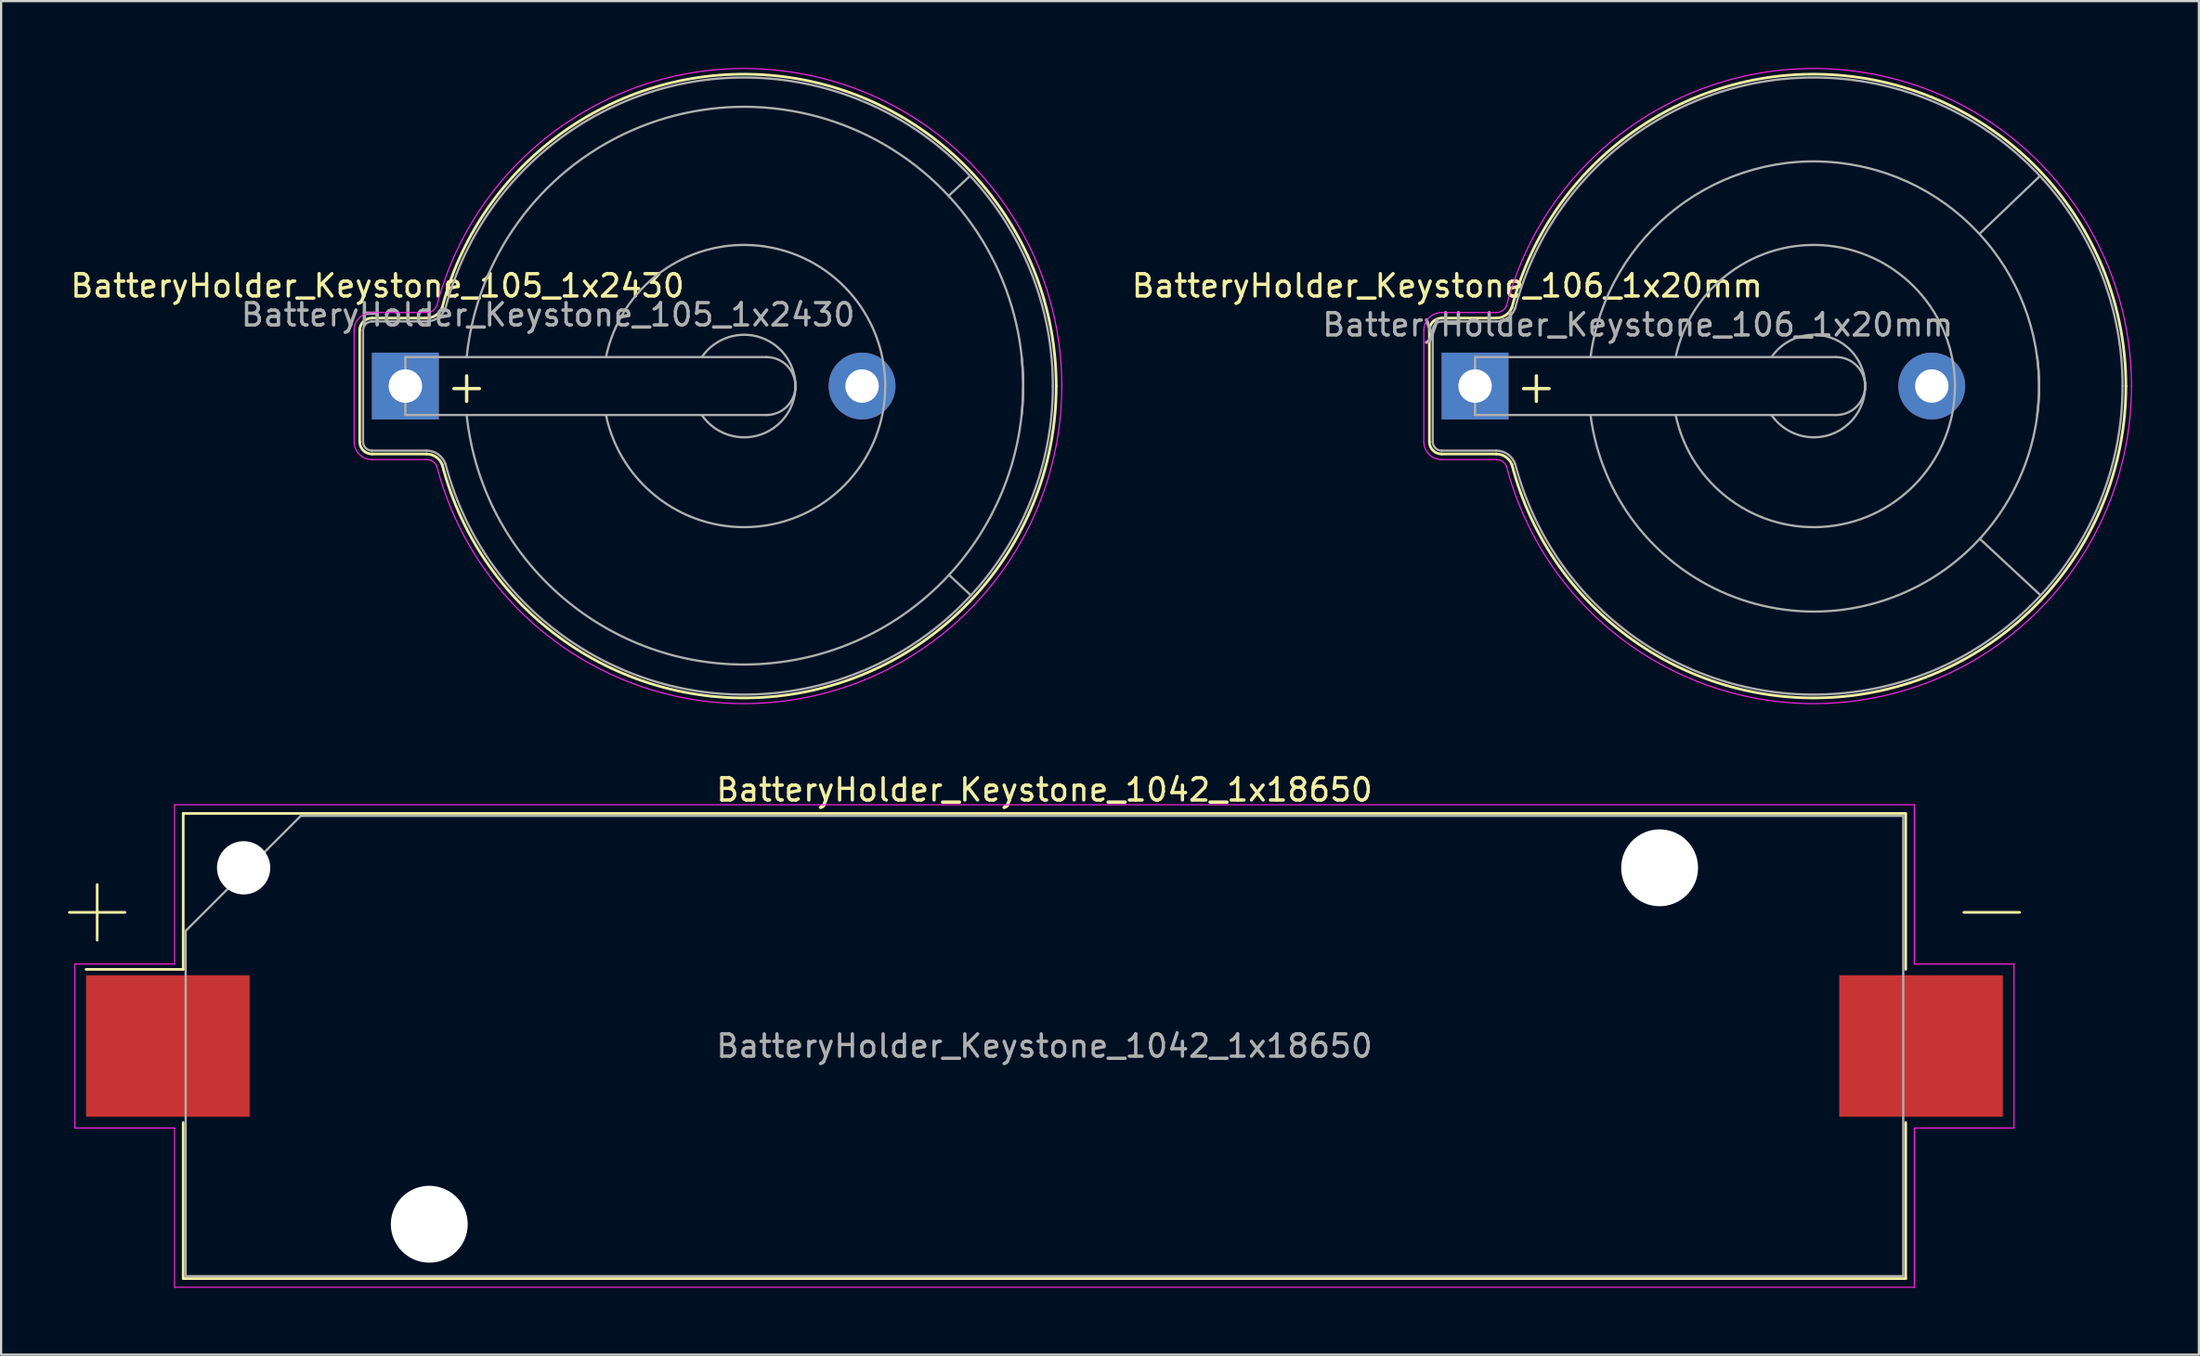
<source format=kicad_pcb>
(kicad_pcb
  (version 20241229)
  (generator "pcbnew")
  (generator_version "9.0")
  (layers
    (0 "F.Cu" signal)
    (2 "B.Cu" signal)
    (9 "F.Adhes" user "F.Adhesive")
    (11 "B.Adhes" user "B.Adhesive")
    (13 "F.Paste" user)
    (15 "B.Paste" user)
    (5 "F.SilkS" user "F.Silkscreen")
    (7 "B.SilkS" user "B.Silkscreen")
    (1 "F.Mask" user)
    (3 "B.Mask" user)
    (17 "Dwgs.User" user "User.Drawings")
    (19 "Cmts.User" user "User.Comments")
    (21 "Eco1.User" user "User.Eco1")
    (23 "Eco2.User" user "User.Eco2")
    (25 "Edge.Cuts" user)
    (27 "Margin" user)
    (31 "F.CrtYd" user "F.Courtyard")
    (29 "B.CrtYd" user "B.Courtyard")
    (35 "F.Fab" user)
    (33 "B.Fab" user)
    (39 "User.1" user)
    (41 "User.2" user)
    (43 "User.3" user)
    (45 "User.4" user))
  (footprint "BatteryHolder_Keystone_105_1x2430"
    (layer "F.Cu")
    (at 15.137 14.28)
    (property "Reference" "BatteryHolder_Keystone_105_1x2430" (at -1.25 -4.5 0) (layer "F.SilkS") (effects (font (size 1 1) (thickness 0.15))))
    (attr through_hole)
    (fp_line (start -2.05 -2.5) (end -2.05 2.5) (stroke (width 0.12) (type solid)) (layer "F.SilkS"))
    (fp_line (start -1.5 3.05) (end 0.95 3.05) (stroke (width 0.12) (type solid)) (layer "F.SilkS"))
    (fp_line (start 0.95 -3.05) (end -1.5 -3.05) (stroke (width 0.12) (type solid)) (layer "F.SilkS"))
    (fp_arc (start -2.05 -2.5) (mid -1.888909 -2.888909) (end -1.5 -3.05) (stroke (width 0.12) (type solid)) (layer "F.SilkS"))
    (fp_arc (start -1.5 3.05) (mid -1.888909 2.888909) (end -2.05 2.5) (stroke (width 0.12) (type solid)) (layer "F.SilkS"))
    (fp_arc (start 0.95 3.05) (mid 1.371574 3.1784) (end 1.65 3.52) (stroke (width 0.12) (type solid)) (layer "F.SilkS"))
    (fp_arc (start 1.65 -3.52) (mid 1.371575 -3.1784) (end 0.95 -3.05) (stroke (width 0.12) (type solid)) (layer "F.SilkS"))
    (fp_arc (start 1.65 -3.52) (mid 16.974433 -13.886953) (end 29.2 0) (stroke (width 0.12) (type solid)) (layer "F.SilkS"))
    (fp_arc (start 29.2 0) (mid 16.974433 13.886952) (end 1.65 3.52) (stroke (width 0.12) (type solid)) (layer "F.SilkS"))
    (fp_line (start -2.3 -2.5) (end -2.3 2.5) (stroke (width 0.05) (type solid)) (layer "F.CrtYd"))
    (fp_line (start -1.5 3.3) (end 0.95 3.3) (stroke (width 0.05) (type solid)) (layer "F.CrtYd"))
    (fp_line (start 0.95 -3.3) (end -1.5 -3.3) (stroke (width 0.05) (type solid)) (layer "F.CrtYd"))
    (fp_arc (start -2.3 -2.5) (mid -2.065685 -3.065685) (end -1.5 -3.3) (stroke (width 0.05) (type solid)) (layer "F.CrtYd"))
    (fp_arc (start -1.5 3.3) (mid -2.065685 3.065685) (end -2.3 2.5) (stroke (width 0.05) (type solid)) (layer "F.CrtYd"))
    (fp_arc (start 0.95 3.3) (mid 1.22459 3.381628) (end 1.41 3.6) (stroke (width 0.05) (type solid)) (layer "F.CrtYd"))
    (fp_arc (start 1.41 -3.6) (mid 1.224591 -3.381627) (end 0.95 -3.3) (stroke (width 0.05) (type solid)) (layer "F.CrtYd"))
    (fp_arc (start 1.41 -3.6) (mid 17.014123 -14.138563) (end 29.45 0) (stroke (width 0.05) (type solid)) (layer "F.CrtYd"))
    (fp_arc (start 29.45 0) (mid 17.014124 14.138563) (end 1.41 3.6) (stroke (width 0.05) (type solid)) (layer "F.CrtYd"))
    (fp_line (start -1.9 -2.5) (end -1.9 2.5) (stroke (width 0.1) (type solid)) (layer "F.Fab"))
    (fp_line (start -1.5 2.9) (end 0.95 2.9) (stroke (width 0.1) (type solid)) (layer "F.Fab"))
    (fp_line (start 0 -1.3) (end 0 1.3) (stroke (width 0.1) (type solid)) (layer "F.Fab"))
    (fp_line (start 0 1.3) (end 16.2 1.3) (stroke (width 0.1) (type solid)) (layer "F.Fab"))
    (fp_line (start 0.95 -2.9) (end -1.5 -2.9) (stroke (width 0.1) (type solid)) (layer "F.Fab"))
    (fp_line (start 16.2 -1.3) (end 0 -1.3) (stroke (width 0.1) (type solid)) (layer "F.Fab"))
    (fp_line (start 24.384 -8.547) (end 25.299 -9.399) (stroke (width 0.1) (type solid)) (layer "F.Fab"))
    (fp_line (start 24.409 8.496) (end 25.375 9.398) (stroke (width 0.1) (type solid)) (layer "F.Fab"))
    (fp_arc (start -1.9 -2.5) (mid -1.782843 -2.782843) (end -1.5 -2.9) (stroke (width 0.1) (type solid)) (layer "F.Fab"))
    (fp_arc (start -1.5 2.9) (mid -1.782843 2.782843) (end -1.9 2.5) (stroke (width 0.1) (type solid)) (layer "F.Fab"))
    (fp_arc (start 0.95 2.9) (mid 1.470216 3.06511) (end 1.8 3.5) (stroke (width 0.1) (type solid)) (layer "F.Fab"))
    (fp_arc (start 1.8 -3.5) (mid 1.470217 -3.06511) (end 0.95 -2.9) (stroke (width 0.1) (type solid)) (layer "F.Fab"))
    (fp_arc (start 1.8 -3.5) (mid 16.964356 -13.736686) (end 29.049508 0) (stroke (width 0.1) (type solid)) (layer "F.Fab"))
    (fp_arc (start 2.75 -1.3) (mid 16.5 -12.45) (end 27.65 1.3) (stroke (width 0.1) (type solid)) (layer "F.Fab"))
    (fp_arc (start 9 -1.3) (mid 15.851289 -6.300938) (end 21.53 0) (stroke (width 0.1) (type solid)) (layer "F.Fab"))
    (fp_arc (start 13.3 -1.3) (mid 15.963947 -2.171724) (end 17.495448 0.175833) (stroke (width 0.1) (type solid)) (layer "F.Fab"))
    (fp_arc (start 16.2 -1.3) (mid 17.5 0) (end 16.2 1.3) (stroke (width 0.1) (type solid)) (layer "F.Fab"))
    (fp_arc (start 17.495448 -0.175833) (mid 15.963947 2.171724) (end 13.3 1.3) (stroke (width 0.1) (type solid)) (layer "F.Fab"))
    (fp_arc (start 21.53 0) (mid 15.851292 6.300937) (end 9 1.3) (stroke (width 0.1) (type solid)) (layer "F.Fab"))
    (fp_arc (start 27.65 -1.3) (mid 16.5 12.45) (end 2.75 1.3) (stroke (width 0.1) (type solid)) (layer "F.Fab"))
    (fp_arc (start 29.049508 0) (mid 16.964356 13.736685) (end 1.8 3.5) (stroke (width 0.1) (type solid)) (layer "F.Fab"))
    (fp_text user "+" (at 2.75 0 0) (layer "F.SilkS") (effects (font (size 1.5 1.5) (thickness 0.15))))
    (fp_text user "${REFERENCE}" (at 6.4 -3.2 0) (layer "F.Fab") (effects (font (size 1 1) (thickness 0.15))))
    (pad "1" thru_hole rect (at 0 0) (size 3 3) (drill 1.5) (layers "*.Cu" "*.Mask"))
    (pad "2" thru_hole circle (at 20.49 0) (size 3 3) (drill 1.5) (layers "*.Cu" "*.Mask")))
  (footprint "BatteryHolder_Keystone_106_1x20mm"
    (layer "F.Cu")
    (at 63.13 14.28)
    (property "Reference" "BatteryHolder_Keystone_106_1x20mm" (at -1.25 -4.5 0) (layer "F.SilkS") (effects (font (size 1 1) (thickness 0.15))))
    (attr through_hole)
    (fp_line (start -2.05 -2.5) (end -2.05 2.5) (stroke (width 0.12) (type solid)) (layer "F.SilkS"))
    (fp_line (start -1.5 3.05) (end 0.95 3.05) (stroke (width 0.12) (type solid)) (layer "F.SilkS"))
    (fp_line (start 0.95 -3.05) (end -1.5 -3.05) (stroke (width 0.12) (type solid)) (layer "F.SilkS"))
    (fp_arc (start -2.05 -2.5) (mid -1.888909 -2.888909) (end -1.5 -3.05) (stroke (width 0.12) (type solid)) (layer "F.SilkS"))
    (fp_arc (start -1.5 3.05) (mid -1.888909 2.888909) (end -2.05 2.5) (stroke (width 0.12) (type solid)) (layer "F.SilkS"))
    (fp_arc (start 0.95 3.05) (mid 1.371574 3.1784) (end 1.65 3.52) (stroke (width 0.12) (type solid)) (layer "F.SilkS"))
    (fp_arc (start 1.65 -3.52) (mid 1.371575 -3.1784) (end 0.95 -3.05) (stroke (width 0.12) (type solid)) (layer "F.SilkS"))
    (fp_arc (start 1.65 -3.52) (mid 16.974433 -13.886953) (end 29.2 0) (stroke (width 0.12) (type solid)) (layer "F.SilkS"))
    (fp_arc (start 29.2 0) (mid 16.974433 13.886954) (end 1.65 3.52) (stroke (width 0.12) (type solid)) (layer "F.SilkS"))
    (fp_line (start -2.3 -2.5) (end -2.3 2.5) (stroke (width 0.05) (type solid)) (layer "F.CrtYd"))
    (fp_line (start -1.5 3.3) (end 0.95 3.3) (stroke (width 0.05) (type solid)) (layer "F.CrtYd"))
    (fp_line (start 0.95 -3.3) (end -1.5 -3.3) (stroke (width 0.05) (type solid)) (layer "F.CrtYd"))
    (fp_arc (start -2.3 -2.5) (mid -2.065685 -3.065685) (end -1.5 -3.3) (stroke (width 0.05) (type solid)) (layer "F.CrtYd"))
    (fp_arc (start -1.5 3.3) (mid -2.065685 3.065685) (end -2.3 2.5) (stroke (width 0.05) (type solid)) (layer "F.CrtYd"))
    (fp_arc (start 0.95 3.3) (mid 1.22459 3.381628) (end 1.41 3.6) (stroke (width 0.05) (type solid)) (layer "F.CrtYd"))
    (fp_arc (start 1.41 -3.6) (mid 1.224591 -3.381627) (end 0.95 -3.3) (stroke (width 0.05) (type solid)) (layer "F.CrtYd"))
    (fp_arc (start 1.41 -3.6) (mid 17.014123 -14.138563) (end 29.45 0) (stroke (width 0.05) (type solid)) (layer "F.CrtYd"))
    (fp_arc (start 29.45 0) (mid 17.014124 14.138563) (end 1.41 3.6) (stroke (width 0.05) (type solid)) (layer "F.CrtYd"))
    (fp_line (start -1.9 -2.5) (end -1.9 2.5) (stroke (width 0.1) (type solid)) (layer "F.Fab"))
    (fp_line (start -1.5 2.9) (end 0.95 2.9) (stroke (width 0.1) (type solid)) (layer "F.Fab"))
    (fp_line (start 0 -1.3) (end 0 1.3) (stroke (width 0.1) (type solid)) (layer "F.Fab"))
    (fp_line (start 0 1.3) (end 16.2 1.3) (stroke (width 0.1) (type solid)) (layer "F.Fab"))
    (fp_line (start 0.95 -2.9) (end -1.5 -2.9) (stroke (width 0.1) (type solid)) (layer "F.Fab"))
    (fp_line (start 16.2 -1.3) (end 0 -1.3) (stroke (width 0.1) (type solid)) (layer "F.Fab"))
    (fp_line (start 22.644 6.858) (end 25.35 9.373) (stroke (width 0.1) (type solid)) (layer "F.Fab"))
    (fp_line (start 22.657 -6.858) (end 25.342 -9.429) (stroke (width 0.1) (type solid)) (layer "F.Fab"))
    (fp_arc (start -1.9 -2.5) (mid -1.782843 -2.782843) (end -1.5 -2.9) (stroke (width 0.1) (type solid)) (layer "F.Fab"))
    (fp_arc (start -1.5 2.9) (mid -1.782843 2.782843) (end -1.9 2.5) (stroke (width 0.1) (type solid)) (layer "F.Fab"))
    (fp_arc (start 0.95 2.9) (mid 1.470216 3.06511) (end 1.8 3.5) (stroke (width 0.1) (type solid)) (layer "F.Fab"))
    (fp_arc (start 1.8 -3.5) (mid 1.470217 -3.06511) (end 0.95 -2.9) (stroke (width 0.1) (type solid)) (layer "F.Fab"))
    (fp_arc (start 1.8 -3.5) (mid 16.964356 -13.736686) (end 29.049508 0) (stroke (width 0.1) (type solid)) (layer "F.Fab"))
    (fp_arc (start 5.18 -1.3) (mid 16.5 -10.02) (end 25.22 1.3) (stroke (width 0.1) (type solid)) (layer "F.Fab"))
    (fp_arc (start 9 -1.3) (mid 15.851289 -6.300938) (end 21.53 0) (stroke (width 0.1) (type solid)) (layer "F.Fab"))
    (fp_arc (start 13.3 -1.3) (mid 15.963947 -2.171724) (end 17.495448 0.175833) (stroke (width 0.1) (type solid)) (layer "F.Fab"))
    (fp_arc (start 16.2 -1.3) (mid 17.5 0) (end 16.2 1.3) (stroke (width 0.1) (type solid)) (layer "F.Fab"))
    (fp_arc (start 17.495448 -0.175833) (mid 15.963947 2.171724) (end 13.3 1.3) (stroke (width 0.1) (type solid)) (layer "F.Fab"))
    (fp_arc (start 21.53 0) (mid 15.851292 6.300937) (end 9 1.3) (stroke (width 0.1) (type solid)) (layer "F.Fab"))
    (fp_arc (start 25.22 -1.3) (mid 16.5 10.02) (end 5.18 1.3) (stroke (width 0.1) (type solid)) (layer "F.Fab"))
    (fp_arc (start 29.049508 0) (mid 16.964356 13.736685) (end 1.8 3.5) (stroke (width 0.1) (type solid)) (layer "F.Fab"))
    (fp_text user "+" (at 2.75 0 0) (layer "F.SilkS") (effects (font (size 1.5 1.5) (thickness 0.15))))
    (fp_text user "${REFERENCE}" (at 7.3 -2.75 0) (layer "F.Fab") (effects (font (size 1 1) (thickness 0.15))))
    (pad "1" thru_hole rect (at 0 0) (size 3 3) (drill 1.5) (layers "*.Cu" "*.Mask"))
    (pad "2" thru_hole circle (at 20.49 0) (size 3 3) (drill 1.5) (layers "*.Cu" "*.Mask")))
  (footprint "BatteryHolder_Keystone_1042_1x18650"
    (layer "F.Cu")
    (at 43.81 43.907)
    (property "Reference" "BatteryHolder_Keystone_1042_1x18650" (at 0 -11.5 0) (layer "F.SilkS") (effects (font (size 1 1) (thickness 0.15))))
    (attr smd)
    (fp_line (start -43.75 -6) (end -41.25 -6) (stroke (width 0.12) (type solid)) (layer "F.SilkS"))
    (fp_line (start -42.5 -4.75) (end -42.5 -7.25) (stroke (width 0.12) (type solid)) (layer "F.SilkS"))
    (fp_line (start -38.64 -10.44) (end -38.64 -3.44) (stroke (width 0.12) (type solid)) (layer "F.SilkS"))
    (fp_line (start -38.64 -3.44) (end -43 -3.44) (stroke (width 0.12) (type solid)) (layer "F.SilkS"))
    (fp_line (start -38.64 10.44) (end -38.64 3.44) (stroke (width 0.12) (type solid)) (layer "F.SilkS"))
    (fp_line (start 38.64 -10.44) (end -38.64 -10.44) (stroke (width 0.12) (type solid)) (layer "F.SilkS"))
    (fp_line (start 38.64 -3.44) (end 38.64 -10.42) (stroke (width 0.12) (type solid)) (layer "F.SilkS"))
    (fp_line (start 38.64 3.44) (end 38.64 10.44) (stroke (width 0.12) (type solid)) (layer "F.SilkS"))
    (fp_line (start 38.64 10.44) (end -38.64 10.44) (stroke (width 0.12) (type solid)) (layer "F.SilkS"))
    (fp_line (start 43.75 -6) (end 41.25 -6) (stroke (width 0.12) (type solid)) (layer "F.SilkS"))
    (fp_line (start -43.5 -3.68) (end -39.03 -3.68) (stroke (width 0.05) (type solid)) (layer "F.CrtYd"))
    (fp_line (start -43.5 3.68) (end -43.5 -3.68) (stroke (width 0.05) (type solid)) (layer "F.CrtYd"))
    (fp_line (start -39.03 -10.83) (end -39.03 -3.68) (stroke (width 0.05) (type solid)) (layer "F.CrtYd"))
    (fp_line (start -39.03 -10.83) (end 39.03 -10.83) (stroke (width 0.05) (type solid)) (layer "F.CrtYd"))
    (fp_line (start -39.03 3.68) (end -43.5 3.68) (stroke (width 0.05) (type solid)) (layer "F.CrtYd"))
    (fp_line (start -39.03 10.83) (end -39.03 3.68) (stroke (width 0.05) (type solid)) (layer "F.CrtYd"))
    (fp_line (start -39.03 10.83) (end 39.03 10.83) (stroke (width 0.05) (type solid)) (layer "F.CrtYd"))
    (fp_line (start 39.03 -10.83) (end 39.03 -3.68) (stroke (width 0.05) (type solid)) (layer "F.CrtYd"))
    (fp_line (start 39.03 3.68) (end 43.5 3.68) (stroke (width 0.05) (type solid)) (layer "F.CrtYd"))
    (fp_line (start 39.03 10.83) (end 39.03 3.68) (stroke (width 0.05) (type solid)) (layer "F.CrtYd"))
    (fp_line (start 43.5 -3.68) (end 39.03 -3.68) (stroke (width 0.05) (type solid)) (layer "F.CrtYd"))
    (fp_line (start 43.5 3.68) (end 43.5 -3.68) (stroke (width 0.05) (type solid)) (layer "F.CrtYd"))
    (fp_line (start -38.53 -5.168) (end -38.53 10.33) (stroke (width 0.1) (type solid)) (layer "F.Fab"))
    (fp_line (start -38.53 10.33) (end 38.53 10.33) (stroke (width 0.1) (type solid)) (layer "F.Fab"))
    (fp_line (start -33.367 -10.33) (end -38.53 -5.168) (stroke (width 0.1) (type solid)) (layer "F.Fab"))
    (fp_line (start -33.367 -10.33) (end 38.53 -10.33) (stroke (width 0.1) (type solid)) (layer "F.Fab"))
    (fp_line (start 38.53 -10.33) (end 38.53 10.33) (stroke (width 0.1) (type solid)) (layer "F.Fab"))
    (fp_text user "${REFERENCE}" (at 0 0 0) (layer "F.Fab") (effects (font (size 1 1) (thickness 0.15))))
    (pad "" np_thru_hole circle (at -35.93 -8) (size 2.39 2.39) (drill 2.39) (layers "*.Cu" "*.Mask"))
    (pad "" np_thru_hole circle (at -27.6 8) (size 3.45 3.45) (drill 3.45) (layers "*.Cu" "*.Mask"))
    (pad "" np_thru_hole circle (at 27.6 -8) (size 3.45 3.45) (drill 3.45) (layers "*.Cu" "*.Mask"))
    (pad "1" smd rect (at -39.33 0) (size 7.34 6.35) (layers "F.Cu" "F.Mask" "F.Paste"))
    (pad "2" smd rect (at 39.33 0) (size 7.34 6.35) (layers "F.Cu" "F.Mask" "F.Paste")))
  (gr_rect
    (start -3 -3)
    (end 95.605 57.762)
    (stroke (width 0.1) (type default))
    (fill no)
    (layer "Edge.Cuts")))
</source>
